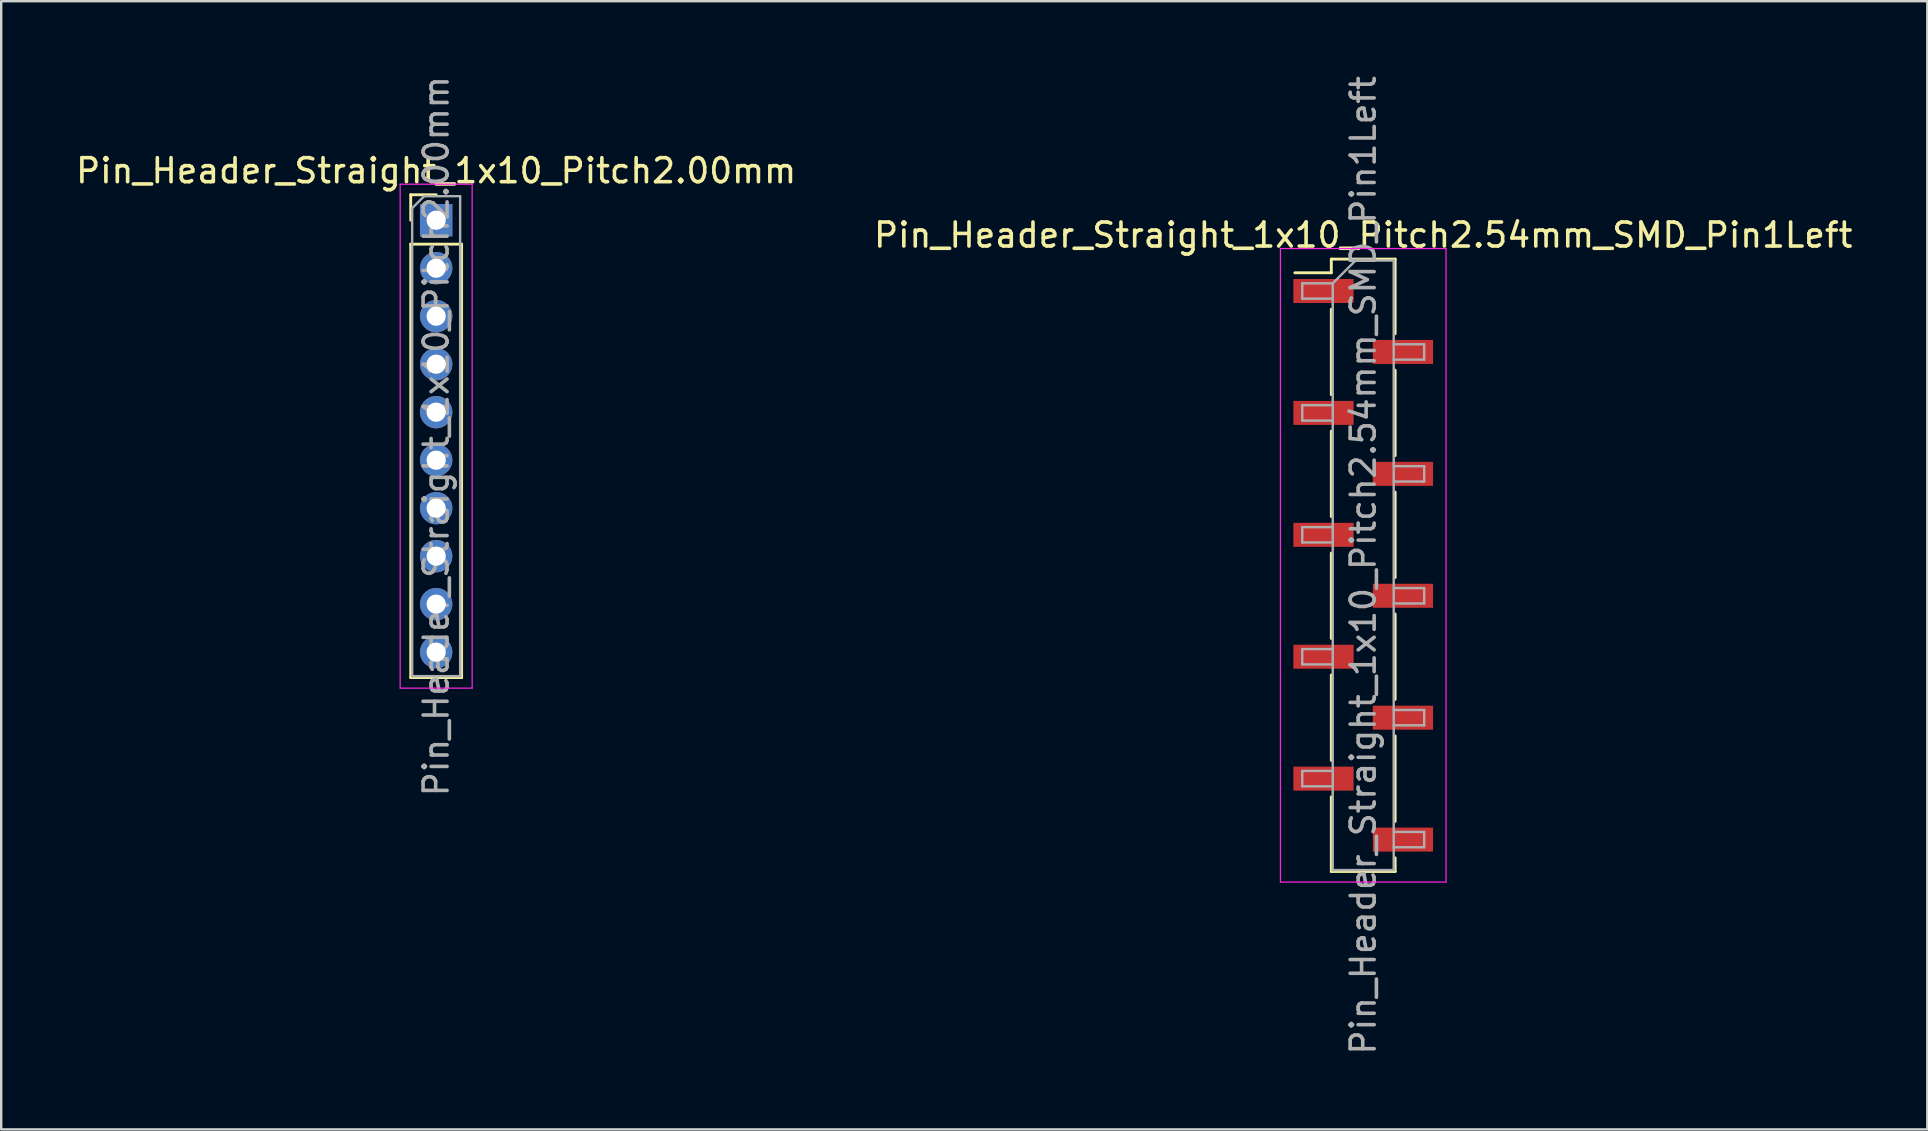
<source format=kicad_pcb>
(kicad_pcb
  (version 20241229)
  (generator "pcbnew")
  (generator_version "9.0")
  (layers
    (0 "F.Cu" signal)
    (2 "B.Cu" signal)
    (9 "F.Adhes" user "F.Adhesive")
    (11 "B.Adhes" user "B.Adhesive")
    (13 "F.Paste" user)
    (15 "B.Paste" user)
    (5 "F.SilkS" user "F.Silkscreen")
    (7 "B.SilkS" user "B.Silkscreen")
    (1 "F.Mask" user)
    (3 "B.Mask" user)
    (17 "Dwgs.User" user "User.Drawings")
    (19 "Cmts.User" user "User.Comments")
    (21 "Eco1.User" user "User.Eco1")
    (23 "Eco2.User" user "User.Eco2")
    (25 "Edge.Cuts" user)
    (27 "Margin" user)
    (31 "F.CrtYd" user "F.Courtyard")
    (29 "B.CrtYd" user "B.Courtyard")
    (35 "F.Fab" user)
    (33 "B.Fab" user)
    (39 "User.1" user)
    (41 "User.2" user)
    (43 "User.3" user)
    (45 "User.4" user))
  (footprint "Pin_Header_Straight_1x10_Pitch2.00mm"
    (layer "F.Cu")
    (at 15.125 6.125)
    (property "Reference" "Pin_Header_Straight_1x10_Pitch2.00mm" (at 0 -2.06 0) (layer "F.SilkS") (effects (font (size 1 1) (thickness 0.15))))
    (attr through_hole)
    (fp_line (start -1.06 -1.06) (end 0 -1.06) (stroke (width 0.12) (type solid)) (layer "F.SilkS"))
    (fp_line (start -1.06 0) (end -1.06 -1.06) (stroke (width 0.12) (type solid)) (layer "F.SilkS"))
    (fp_line (start -1.06 1) (end -1.06 19.06) (stroke (width 0.12) (type solid)) (layer "F.SilkS"))
    (fp_line (start -1.06 1) (end 1.06 1) (stroke (width 0.12) (type solid)) (layer "F.SilkS"))
    (fp_line (start -1.06 19.06) (end 1.06 19.06) (stroke (width 0.12) (type solid)) (layer "F.SilkS"))
    (fp_line (start 1.06 1) (end 1.06 19.06) (stroke (width 0.12) (type solid)) (layer "F.SilkS"))
    (fp_line (start -1.5 -1.5) (end -1.5 19.5) (stroke (width 0.05) (type solid)) (layer "F.CrtYd"))
    (fp_line (start -1.5 19.5) (end 1.5 19.5) (stroke (width 0.05) (type solid)) (layer "F.CrtYd"))
    (fp_line (start 1.5 -1.5) (end -1.5 -1.5) (stroke (width 0.05) (type solid)) (layer "F.CrtYd"))
    (fp_line (start 1.5 19.5) (end 1.5 -1.5) (stroke (width 0.05) (type solid)) (layer "F.CrtYd"))
    (fp_line (start -1 -0.5) (end -0.5 -1) (stroke (width 0.1) (type solid)) (layer "F.Fab"))
    (fp_line (start -1 19) (end -1 -0.5) (stroke (width 0.1) (type solid)) (layer "F.Fab"))
    (fp_line (start -0.5 -1) (end 1 -1) (stroke (width 0.1) (type solid)) (layer "F.Fab"))
    (fp_line (start 1 -1) (end 1 19) (stroke (width 0.1) (type solid)) (layer "F.Fab"))
    (fp_line (start 1 19) (end -1 19) (stroke (width 0.1) (type solid)) (layer "F.Fab"))
    (fp_text user "${REFERENCE}" (at 0 9 90) (layer "F.Fab") (effects (font (size 1 1) (thickness 0.15))))
    (pad "1" thru_hole rect (at 0 0) (size 1.35 1.35) (drill 0.8) (layers "*.Cu" "*.Mask"))
    (pad "2" thru_hole oval (at 0 2) (size 1.35 1.35) (drill 0.8) (layers "*.Cu" "*.Mask"))
    (pad "3" thru_hole oval (at 0 4) (size 1.35 1.35) (drill 0.8) (layers "*.Cu" "*.Mask"))
    (pad "4" thru_hole oval (at 0 6) (size 1.35 1.35) (drill 0.8) (layers "*.Cu" "*.Mask"))
    (pad "5" thru_hole oval (at 0 8) (size 1.35 1.35) (drill 0.8) (layers "*.Cu" "*.Mask"))
    (pad "6" thru_hole oval (at 0 10) (size 1.35 1.35) (drill 0.8) (layers "*.Cu" "*.Mask"))
    (pad "7" thru_hole oval (at 0 12) (size 1.35 1.35) (drill 0.8) (layers "*.Cu" "*.Mask"))
    (pad "8" thru_hole oval (at 0 14) (size 1.35 1.35) (drill 0.8) (layers "*.Cu" "*.Mask"))
    (pad "9" thru_hole oval (at 0 16) (size 1.35 1.35) (drill 0.8) (layers "*.Cu" "*.Mask"))
    (pad "10" thru_hole oval (at 0 18) (size 1.35 1.35) (drill 0.8) (layers "*.Cu" "*.Mask")))
  (footprint "Pin_Header_Straight_1x10_Pitch2.54mm_SMD_Pin1Left"
    (layer "F.Cu")
    (at 53.756 20.506)
    (property "Reference" "Pin_Header_Straight_1x10_Pitch2.54mm_SMD_Pin1Left" (at 0 -13.76 0) (layer "F.SilkS") (effects (font (size 1 1) (thickness 0.15))))
    (attr smd)
    (fp_line (start -1.33 -12.76) (end -1.33 -12.19) (stroke (width 0.12) (type solid)) (layer "F.SilkS"))
    (fp_line (start -1.33 -12.76) (end 1.33 -12.76) (stroke (width 0.12) (type solid)) (layer "F.SilkS"))
    (fp_line (start -1.33 -12.19) (end -2.85 -12.19) (stroke (width 0.12) (type solid)) (layer "F.SilkS"))
    (fp_line (start -1.33 -10.67) (end -1.33 -7.11) (stroke (width 0.12) (type solid)) (layer "F.SilkS"))
    (fp_line (start -1.33 -5.59) (end -1.33 -2.03) (stroke (width 0.12) (type solid)) (layer "F.SilkS"))
    (fp_line (start -1.33 -0.51) (end -1.33 3.05) (stroke (width 0.12) (type solid)) (layer "F.SilkS"))
    (fp_line (start -1.33 4.57) (end -1.33 8.13) (stroke (width 0.12) (type solid)) (layer "F.SilkS"))
    (fp_line (start -1.33 9.65) (end -1.33 12.76) (stroke (width 0.12) (type solid)) (layer "F.SilkS"))
    (fp_line (start -1.33 12.76) (end 1.33 12.76) (stroke (width 0.12) (type solid)) (layer "F.SilkS"))
    (fp_line (start 1.33 -12.76) (end 1.33 -9.65) (stroke (width 0.12) (type solid)) (layer "F.SilkS"))
    (fp_line (start 1.33 -8.13) (end 1.33 -4.57) (stroke (width 0.12) (type solid)) (layer "F.SilkS"))
    (fp_line (start 1.33 -3.05) (end 1.33 0.51) (stroke (width 0.12) (type solid)) (layer "F.SilkS"))
    (fp_line (start 1.33 2.03) (end 1.33 5.59) (stroke (width 0.12) (type solid)) (layer "F.SilkS"))
    (fp_line (start 1.33 7.11) (end 1.33 10.67) (stroke (width 0.12) (type solid)) (layer "F.SilkS"))
    (fp_line (start 1.33 12.19) (end 1.33 12.76) (stroke (width 0.12) (type solid)) (layer "F.SilkS"))
    (fp_line (start -3.45 -13.2) (end -3.45 13.2) (stroke (width 0.05) (type solid)) (layer "F.CrtYd"))
    (fp_line (start -3.45 13.2) (end 3.45 13.2) (stroke (width 0.05) (type solid)) (layer "F.CrtYd"))
    (fp_line (start 3.45 -13.2) (end -3.45 -13.2) (stroke (width 0.05) (type solid)) (layer "F.CrtYd"))
    (fp_line (start 3.45 13.2) (end 3.45 -13.2) (stroke (width 0.05) (type solid)) (layer "F.CrtYd"))
    (fp_line (start -2.54 -11.75) (end -2.54 -11.11) (stroke (width 0.1) (type solid)) (layer "F.Fab"))
    (fp_line (start -2.54 -11.11) (end -1.27 -11.11) (stroke (width 0.1) (type solid)) (layer "F.Fab"))
    (fp_line (start -2.54 -6.67) (end -2.54 -6.03) (stroke (width 0.1) (type solid)) (layer "F.Fab"))
    (fp_line (start -2.54 -6.03) (end -1.27 -6.03) (stroke (width 0.1) (type solid)) (layer "F.Fab"))
    (fp_line (start -2.54 -1.59) (end -2.54 -0.95) (stroke (width 0.1) (type solid)) (layer "F.Fab"))
    (fp_line (start -2.54 -0.95) (end -1.27 -0.95) (stroke (width 0.1) (type solid)) (layer "F.Fab"))
    (fp_line (start -2.54 3.49) (end -2.54 4.13) (stroke (width 0.1) (type solid)) (layer "F.Fab"))
    (fp_line (start -2.54 4.13) (end -1.27 4.13) (stroke (width 0.1) (type solid)) (layer "F.Fab"))
    (fp_line (start -2.54 8.57) (end -2.54 9.21) (stroke (width 0.1) (type solid)) (layer "F.Fab"))
    (fp_line (start -2.54 9.21) (end -1.27 9.21) (stroke (width 0.1) (type solid)) (layer "F.Fab"))
    (fp_line (start -1.27 -11.75) (end -2.54 -11.75) (stroke (width 0.1) (type solid)) (layer "F.Fab"))
    (fp_line (start -1.27 -11.75) (end -0.32 -12.7) (stroke (width 0.1) (type solid)) (layer "F.Fab"))
    (fp_line (start -1.27 -6.67) (end -2.54 -6.67) (stroke (width 0.1) (type solid)) (layer "F.Fab"))
    (fp_line (start -1.27 -1.59) (end -2.54 -1.59) (stroke (width 0.1) (type solid)) (layer "F.Fab"))
    (fp_line (start -1.27 3.49) (end -2.54 3.49) (stroke (width 0.1) (type solid)) (layer "F.Fab"))
    (fp_line (start -1.27 8.57) (end -2.54 8.57) (stroke (width 0.1) (type solid)) (layer "F.Fab"))
    (fp_line (start -1.27 12.7) (end -1.27 -11.75) (stroke (width 0.1) (type solid)) (layer "F.Fab"))
    (fp_line (start -0.32 -12.7) (end 1.27 -12.7) (stroke (width 0.1) (type solid)) (layer "F.Fab"))
    (fp_line (start 1.27 -12.7) (end 1.27 12.7) (stroke (width 0.1) (type solid)) (layer "F.Fab"))
    (fp_line (start 1.27 -9.21) (end 2.54 -9.21) (stroke (width 0.1) (type solid)) (layer "F.Fab"))
    (fp_line (start 1.27 -4.13) (end 2.54 -4.13) (stroke (width 0.1) (type solid)) (layer "F.Fab"))
    (fp_line (start 1.27 0.95) (end 2.54 0.95) (stroke (width 0.1) (type solid)) (layer "F.Fab"))
    (fp_line (start 1.27 6.03) (end 2.54 6.03) (stroke (width 0.1) (type solid)) (layer "F.Fab"))
    (fp_line (start 1.27 11.11) (end 2.54 11.11) (stroke (width 0.1) (type solid)) (layer "F.Fab"))
    (fp_line (start 1.27 12.7) (end -1.27 12.7) (stroke (width 0.1) (type solid)) (layer "F.Fab"))
    (fp_line (start 2.54 -9.21) (end 2.54 -8.57) (stroke (width 0.1) (type solid)) (layer "F.Fab"))
    (fp_line (start 2.54 -8.57) (end 1.27 -8.57) (stroke (width 0.1) (type solid)) (layer "F.Fab"))
    (fp_line (start 2.54 -4.13) (end 2.54 -3.49) (stroke (width 0.1) (type solid)) (layer "F.Fab"))
    (fp_line (start 2.54 -3.49) (end 1.27 -3.49) (stroke (width 0.1) (type solid)) (layer "F.Fab"))
    (fp_line (start 2.54 0.95) (end 2.54 1.59) (stroke (width 0.1) (type solid)) (layer "F.Fab"))
    (fp_line (start 2.54 1.59) (end 1.27 1.59) (stroke (width 0.1) (type solid)) (layer "F.Fab"))
    (fp_line (start 2.54 6.03) (end 2.54 6.67) (stroke (width 0.1) (type solid)) (layer "F.Fab"))
    (fp_line (start 2.54 6.67) (end 1.27 6.67) (stroke (width 0.1) (type solid)) (layer "F.Fab"))
    (fp_line (start 2.54 11.11) (end 2.54 11.75) (stroke (width 0.1) (type solid)) (layer "F.Fab"))
    (fp_line (start 2.54 11.75) (end 1.27 11.75) (stroke (width 0.1) (type solid)) (layer "F.Fab"))
    (fp_text user "${REFERENCE}" (at 0 0 90) (layer "F.Fab") (effects (font (size 1 1) (thickness 0.15))))
    (pad "1" smd rect (at -1.655 -11.43) (size 2.51 1) (layers "F.Cu" "F.Mask" "F.Paste"))
    (pad "2" smd rect (at 1.655 -8.89) (size 2.51 1) (layers "F.Cu" "F.Mask" "F.Paste"))
    (pad "3" smd rect (at -1.655 -6.35) (size 2.51 1) (layers "F.Cu" "F.Mask" "F.Paste"))
    (pad "4" smd rect (at 1.655 -3.81) (size 2.51 1) (layers "F.Cu" "F.Mask" "F.Paste"))
    (pad "5" smd rect (at -1.655 -1.27) (size 2.51 1) (layers "F.Cu" "F.Mask" "F.Paste"))
    (pad "6" smd rect (at 1.655 1.27) (size 2.51 1) (layers "F.Cu" "F.Mask" "F.Paste"))
    (pad "7" smd rect (at -1.655 3.81) (size 2.51 1) (layers "F.Cu" "F.Mask" "F.Paste"))
    (pad "8" smd rect (at 1.655 6.35) (size 2.51 1) (layers "F.Cu" "F.Mask" "F.Paste"))
    (pad "9" smd rect (at -1.655 8.89) (size 2.51 1) (layers "F.Cu" "F.Mask" "F.Paste"))
    (pad "10" smd rect (at 1.655 11.43) (size 2.51 1) (layers "F.Cu" "F.Mask" "F.Paste")))
  (gr_rect
    (start -3 -3)
    (end 77.262 44.012)
    (stroke (width 0.1) (type default))
    (fill no)
    (layer "Edge.Cuts")))
</source>
